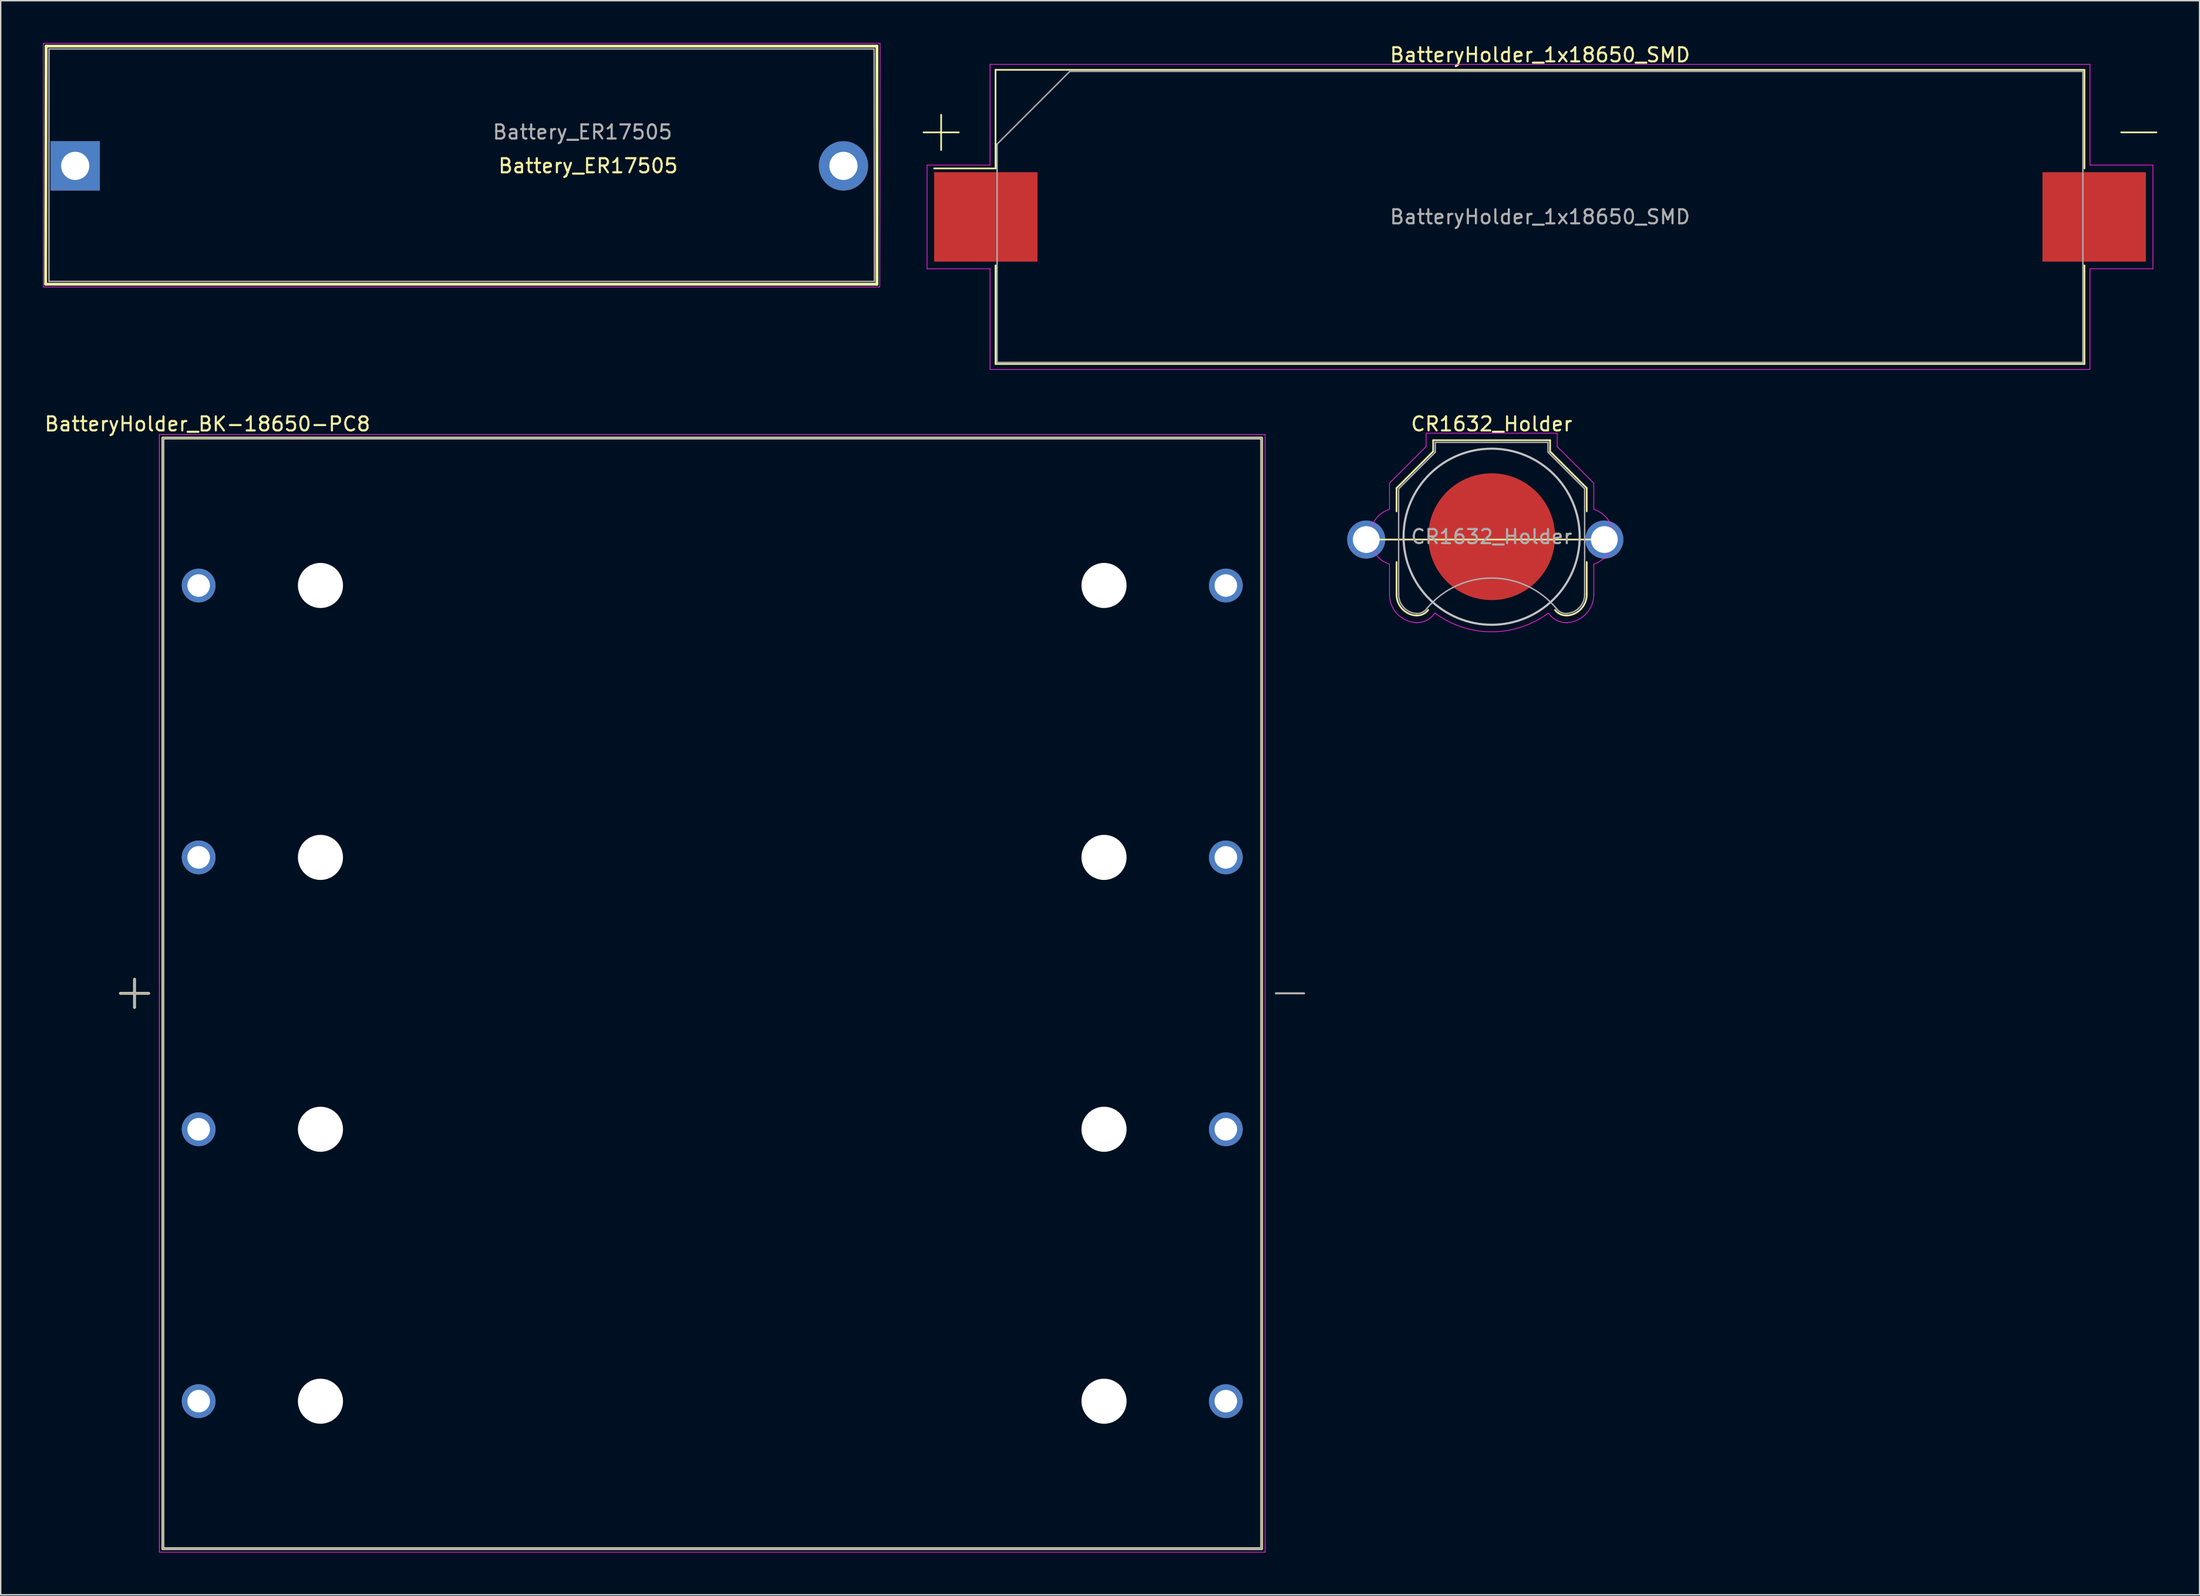
<source format=kicad_pcb>
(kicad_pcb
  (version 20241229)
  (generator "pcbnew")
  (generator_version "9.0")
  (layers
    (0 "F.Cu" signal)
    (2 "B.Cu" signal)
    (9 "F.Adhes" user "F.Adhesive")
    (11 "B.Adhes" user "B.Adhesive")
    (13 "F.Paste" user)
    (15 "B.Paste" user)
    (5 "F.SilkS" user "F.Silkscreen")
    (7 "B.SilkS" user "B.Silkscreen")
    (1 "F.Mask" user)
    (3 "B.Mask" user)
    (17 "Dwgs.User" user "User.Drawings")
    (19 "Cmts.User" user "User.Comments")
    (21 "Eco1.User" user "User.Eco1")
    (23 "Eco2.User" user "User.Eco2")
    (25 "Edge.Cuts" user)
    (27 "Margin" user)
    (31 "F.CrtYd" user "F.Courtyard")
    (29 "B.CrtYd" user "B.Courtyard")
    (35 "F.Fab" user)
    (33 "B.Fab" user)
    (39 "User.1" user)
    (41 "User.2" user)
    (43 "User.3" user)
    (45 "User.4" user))
  (footprint "BatteryHolder_1x18650_SMD"
    (layer "F.Cu")
    (at 106.243 12.348)
    (property "Reference" "BatteryHolder_1x18650_SMD" (at 0 -11.5 0) (layer "F.SilkS") (effects (font (size 1 1) (thickness 0.15))))
    (attr smd)
    (fp_line (start -43.75 -6) (end -41.25 -6) (stroke (width 0.12) (type solid)) (layer "F.SilkS"))
    (fp_line (start -42.5 -4.75) (end -42.5 -7.25) (stroke (width 0.12) (type solid)) (layer "F.SilkS"))
    (fp_line (start -38.64 -10.44) (end -38.64 -3.44) (stroke (width 0.12) (type solid)) (layer "F.SilkS"))
    (fp_line (start -38.64 -3.44) (end -43 -3.44) (stroke (width 0.12) (type solid)) (layer "F.SilkS"))
    (fp_line (start -38.64 10.44) (end -38.64 3.44) (stroke (width 0.12) (type solid)) (layer "F.SilkS"))
    (fp_line (start 38.64 -10.44) (end -38.64 -10.44) (stroke (width 0.12) (type solid)) (layer "F.SilkS"))
    (fp_line (start 38.64 -3.44) (end 38.64 -10.42) (stroke (width 0.12) (type solid)) (layer "F.SilkS"))
    (fp_line (start 38.64 3.44) (end 38.64 10.44) (stroke (width 0.12) (type solid)) (layer "F.SilkS"))
    (fp_line (start 38.64 10.44) (end -38.64 10.44) (stroke (width 0.12) (type solid)) (layer "F.SilkS"))
    (fp_line (start 43.75 -6) (end 41.25 -6) (stroke (width 0.12) (type solid)) (layer "F.SilkS"))
    (fp_line (start -43.5 -3.68) (end -39.03 -3.68) (stroke (width 0.05) (type solid)) (layer "F.CrtYd"))
    (fp_line (start -43.5 3.68) (end -43.5 -3.68) (stroke (width 0.05) (type solid)) (layer "F.CrtYd"))
    (fp_line (start -39.03 -10.83) (end -39.03 -3.68) (stroke (width 0.05) (type solid)) (layer "F.CrtYd"))
    (fp_line (start -39.03 -10.83) (end 39.03 -10.83) (stroke (width 0.05) (type solid)) (layer "F.CrtYd"))
    (fp_line (start -39.03 3.68) (end -43.5 3.68) (stroke (width 0.05) (type solid)) (layer "F.CrtYd"))
    (fp_line (start -39.03 10.83) (end -39.03 3.68) (stroke (width 0.05) (type solid)) (layer "F.CrtYd"))
    (fp_line (start -39.03 10.83) (end 39.03 10.83) (stroke (width 0.05) (type solid)) (layer "F.CrtYd"))
    (fp_line (start 39.03 -10.83) (end 39.03 -3.68) (stroke (width 0.05) (type solid)) (layer "F.CrtYd"))
    (fp_line (start 39.03 3.68) (end 43.5 3.68) (stroke (width 0.05) (type solid)) (layer "F.CrtYd"))
    (fp_line (start 39.03 10.83) (end 39.03 3.68) (stroke (width 0.05) (type solid)) (layer "F.CrtYd"))
    (fp_line (start 43.5 -3.68) (end 39.03 -3.68) (stroke (width 0.05) (type solid)) (layer "F.CrtYd"))
    (fp_line (start 43.5 3.68) (end 43.5 -3.68) (stroke (width 0.05) (type solid)) (layer "F.CrtYd"))
    (fp_line (start -38.53 -5.168) (end -38.53 10.33) (stroke (width 0.1) (type solid)) (layer "F.Fab"))
    (fp_line (start -38.53 10.33) (end 38.53 10.33) (stroke (width 0.1) (type solid)) (layer "F.Fab"))
    (fp_line (start -33.367 -10.33) (end -38.53 -5.168) (stroke (width 0.1) (type solid)) (layer "F.Fab"))
    (fp_line (start -33.367 -10.33) (end 38.53 -10.33) (stroke (width 0.1) (type solid)) (layer "F.Fab"))
    (fp_line (start 38.53 -10.33) (end 38.53 10.33) (stroke (width 0.1) (type solid)) (layer "F.Fab"))
    (fp_text user "${REFERENCE}" (at 0 0 0) (layer "F.Fab") (effects (font (size 1 1) (thickness 0.15))))
    (pad "1" smd rect (at -39.33 0) (size 7.34 6.35) (layers "F.Cu" "F.Mask" "F.Paste"))
    (pad "2" smd rect (at 39.33 0) (size 7.34 6.35) (layers "F.Cu" "F.Mask" "F.Paste")))
  (footprint "CR1632_Holder"
    (layer "F.Cu")
    (at 102.811 35.051)
    (property "Reference" "CR1632_Holder" (at 0 -8 0) (layer "F.SilkS") (effects (font (size 1 1) (thickness 0.15))))
    (attr through_hole)
    (fp_line (start -6.75 -3.45) (end -4.15 -6.05) (stroke (width 0.12) (type solid)) (layer "F.SilkS"))
    (fp_line (start -6.75 -1.8) (end -6.75 -3.45) (stroke (width 0.12) (type solid)) (layer "F.SilkS"))
    (fp_line (start -6.75 1.8) (end -6.75 4.1) (stroke (width 0.12) (type solid)) (layer "F.SilkS"))
    (fp_line (start -4.15 -6.85) (end 4.15 -6.85) (stroke (width 0.12) (type solid)) (layer "F.SilkS"))
    (fp_line (start -4.15 -6.05) (end -4.15 -6.85) (stroke (width 0.12) (type solid)) (layer "F.SilkS"))
    (fp_line (start 4.15 -6.85) (end 4.15 -6.05) (stroke (width 0.12) (type solid)) (layer "F.SilkS"))
    (fp_line (start 4.15 -6.05) (end 6.75 -3.45) (stroke (width 0.12) (type solid)) (layer "F.SilkS"))
    (fp_line (start 6.75 -3.45) (end 6.75 -1.8) (stroke (width 0.12) (type solid)) (layer "F.SilkS"))
    (fp_line (start 6.75 1.8) (end 6.75 4.1) (stroke (width 0.12) (type solid)) (layer "F.SilkS"))
    (fp_line (start 8 0.2) (end -8.9 0.2) (stroke (width 0.12) (type solid)) (layer "F.SilkS"))
    (fp_arc (start -5.3 5.6) (mid -6.346016 5.125305) (end -6.75 4.05) (stroke (width 0.12) (type solid)) (layer "F.SilkS"))
    (fp_arc (start -4.5 5.2) (mid -4.90584 5.514615) (end -5.414615 5.58416) (stroke (width 0.12) (type solid)) (layer "F.SilkS"))
    (fp_arc (start 5.414615 5.58416) (mid 4.90584 5.514615) (end 4.5 5.2) (stroke (width 0.12) (type solid)) (layer "F.SilkS"))
    (fp_arc (start 6.75 4.05) (mid 6.346016 5.125305) (end 5.3 5.6) (stroke (width 0.12) (type solid)) (layer "F.SilkS"))
    (fp_circle (center 0 0) (end 0 6.25) (stroke (width 0.15) (type solid)) (fill no) (layer "Dwgs.User"))
    (fp_line (start -7.25 -3.8) (end -4.65 -6.4) (stroke (width 0.05) (type solid)) (layer "F.CrtYd"))
    (fp_line (start -7.25 -1.95) (end -7.25 -3.8) (stroke (width 0.05) (type solid)) (layer "F.CrtYd"))
    (fp_line (start -7.25 1.95) (end -7.25 4.1) (stroke (width 0.05) (type solid)) (layer "F.CrtYd"))
    (fp_line (start -4.65 -7.35) (end 4.65 -7.35) (stroke (width 0.05) (type solid)) (layer "F.CrtYd"))
    (fp_line (start -4.65 -6.4) (end -4.65 -7.35) (stroke (width 0.05) (type solid)) (layer "F.CrtYd"))
    (fp_line (start 4.65 -6.4) (end 4.65 -7.35) (stroke (width 0.05) (type solid)) (layer "F.CrtYd"))
    (fp_line (start 7.25 -3.8) (end 4.65 -6.4) (stroke (width 0.05) (type solid)) (layer "F.CrtYd"))
    (fp_line (start 7.25 -1.95) (end 7.25 -3.8) (stroke (width 0.05) (type solid)) (layer "F.CrtYd"))
    (fp_line (start 7.25 1.95) (end 7.25 4.1) (stroke (width 0.05) (type solid)) (layer "F.CrtYd"))
    (fp_arc (start -7.25 1.95) (mid -8.655479 0.002334) (end -7.254426 -1.948519) (stroke (width 0.05) (type solid)) (layer "F.CrtYd"))
    (fp_arc (start -5.3 6.1) (mid -6.699569 5.478858) (end -7.25 4.05) (stroke (width 0.05) (type solid)) (layer "F.CrtYd"))
    (fp_arc (start -4.22 5.65) (mid -4.814553 6.021742) (end -5.513125 6.082436) (stroke (width 0.05) (type solid)) (layer "F.CrtYd"))
    (fp_arc (start -4.22 5.65) (mid -4.123743 5.534157) (end -4.024388 5.42096) (stroke (width 0.05) (type solid)) (layer "F.CrtYd"))
    (fp_arc (start 0 6.75) (mid -2.119449 6.408622) (end -4.024518 5.419018) (stroke (width 0.05) (type solid)) (layer "F.CrtYd"))
    (fp_arc (start 4.024518 5.419018) (mid 2.119449 6.408622) (end 0 6.75) (stroke (width 0.05) (type solid)) (layer "F.CrtYd"))
    (fp_arc (start 4.02471 5.432858) (mid 4.123824 5.540108) (end 4.22 5.65) (stroke (width 0.05) (type solid)) (layer "F.CrtYd"))
    (fp_arc (start 5.513125 6.082436) (mid 4.814553 6.021742) (end 4.22 5.65) (stroke (width 0.05) (type solid)) (layer "F.CrtYd"))
    (fp_arc (start 7.25 4.05) (mid 6.699569 5.478858) (end 5.3 6.1) (stroke (width 0.05) (type solid)) (layer "F.CrtYd"))
    (fp_arc (start 7.254426 -1.948519) (mid 8.655479 0.002334) (end 7.25 1.95) (stroke (width 0.05) (type solid)) (layer "F.CrtYd"))
    (fp_line (start -6.6 -3.4) (end -6.6 4.1) (stroke (width 0.1) (type solid)) (layer "F.Fab"))
    (fp_line (start -4 -6.7) (end -4 -6) (stroke (width 0.1) (type solid)) (layer "F.Fab"))
    (fp_line (start -4 -6.7) (end 4 -6.7) (stroke (width 0.1) (type solid)) (layer "F.Fab"))
    (fp_line (start -4 -6) (end -6.6 -3.4) (stroke (width 0.1) (type solid)) (layer "F.Fab"))
    (fp_line (start 4 -6.7) (end 4 -6) (stroke (width 0.1) (type solid)) (layer "F.Fab"))
    (fp_line (start 4 -6) (end 6.6 -3.4) (stroke (width 0.1) (type solid)) (layer "F.Fab"))
    (fp_line (start 6.6 -3.4) (end 6.6 4.1) (stroke (width 0.1) (type solid)) (layer "F.Fab"))
    (fp_arc (start -5.3 5.45) (mid -6.239949 5.019239) (end -6.6 4.05) (stroke (width 0.1) (type solid)) (layer "F.Fab"))
    (fp_arc (start -4.6 5.1) (mid -4.942443 5.378013) (end -5.378013 5.447558) (stroke (width 0.1) (type solid)) (layer "F.Fab"))
    (fp_arc (start -4.6 5.1) (mid 0.006214 2.93343) (end 4.607905 5.109589) (stroke (width 0.1) (type solid)) (layer "F.Fab"))
    (fp_arc (start 5.378013 5.447558) (mid 4.942442 5.378013) (end 4.6 5.1) (stroke (width 0.1) (type solid)) (layer "F.Fab"))
    (fp_arc (start 6.6 4.05) (mid 6.239949 5.019239) (end 5.3 5.45) (stroke (width 0.1) (type solid)) (layer "F.Fab"))
    (fp_text user "${REFERENCE}" (at 0 0 0) (layer "F.Fab") (effects (font (size 1 1) (thickness 0.15))))
    (pad "1" thru_hole circle (at -8.9 0.2) (size 2.7 2.7) (drill 1.9) (layers "*.Cu" "*.Mask"))
    (pad "1" thru_hole circle (at 8 0.2) (size 2.7 2.7) (drill 1.9) (layers "*.Cu" "*.Mask"))
    (pad "2" smd circle (at 0 0) (size 9 9) (layers "F.Cu" "F.Mask")))
  (footprint "Battery_ER17505"
    (layer "F.Cu")
    (at 2.288 8.725)
    (property "Reference" "Battery_ER17505" (at 36.4 0 0) (layer "F.SilkS") (effects (font (size 1 1) (thickness 0.15))))
    (attr through_hole)
    (fp_line (start -2.1 8.4) (end -2.063 -8.5) (stroke (width 0.2) (type solid)) (layer "F.SilkS"))
    (fp_line (start -2.063 -8.5) (end 56.9 -8.5) (stroke (width 0.2) (type solid)) (layer "F.SilkS"))
    (fp_line (start 56.9 -8.5) (end 56.9 8.4) (stroke (width 0.2) (type solid)) (layer "F.SilkS"))
    (fp_line (start 56.9 8.4) (end -2.1 8.4) (stroke (width 0.2) (type solid)) (layer "F.SilkS"))
    (fp_line (start -2.263 -8.7) (end 57.12 -8.7) (stroke (width 0.05) (type solid)) (layer "F.CrtYd"))
    (fp_line (start -2.263 8.6) (end -2.263 -8.7) (stroke (width 0.05) (type solid)) (layer "F.CrtYd"))
    (fp_line (start 57.1 8.6) (end -2.263 8.6) (stroke (width 0.05) (type solid)) (layer "F.CrtYd"))
    (fp_line (start 57.12 -8.7) (end 57.1 8.6) (stroke (width 0.05) (type solid)) (layer "F.CrtYd"))
    (fp_line (start -1.863 -8.3) (end 56.7 -8.3) (stroke (width 0.1) (type solid)) (layer "F.Fab"))
    (fp_line (start -1.863 8.2) (end -1.863 -8.3) (stroke (width 0.1) (type solid)) (layer "F.Fab"))
    (fp_line (start 56.7 -8.3) (end 56.72 8.2) (stroke (width 0.1) (type solid)) (layer "F.Fab"))
    (fp_line (start 56.72 8.2) (end -1.863 8.2) (stroke (width 0.1) (type solid)) (layer "F.Fab"))
    (fp_text user "${REFERENCE}" (at 36 -2.4 0) (layer "F.Fab") (effects (font (size 1 1) (thickness 0.15))))
    (pad "1" thru_hole rect (at 0 0) (size 3.5 3.5) (drill 2) (layers "*.Cu" "*.Mask"))
    (pad "2" thru_hole circle (at 54.522 0) (size 3.5 3.5) (drill 2) (layers "*.Cu" "*.Mask")))
  (footprint "BatteryHolder_BK-18650-PC8"
    (layer "F.Cu")
    (at 47.498 67.466)
    (property "Reference" "BatteryHolder_BK-18650-PC8" (at -35.825 -40.415 0) (layer "F.SilkS") (effects (font (size 1 1) (thickness 0.15))))
    (attr through_hole)
    (fp_line (start -42 0) (end -40 0) (stroke (width 0.2) (type solid)) (layer "F.SilkS"))
    (fp_line (start -41 -1) (end -41 1) (stroke (width 0.2) (type solid)) (layer "F.SilkS"))
    (fp_line (start -38.99 -39.42) (end 38.99 -39.42) (stroke (width 0.2) (type solid)) (layer "F.SilkS"))
    (fp_line (start -38.99 39.42) (end -38.99 -39.42) (stroke (width 0.2) (type solid)) (layer "F.SilkS"))
    (fp_line (start 38.99 -39.42) (end 38.99 39.42) (stroke (width 0.2) (type solid)) (layer "F.SilkS"))
    (fp_line (start 38.99 39.42) (end -38.99 39.42) (stroke (width 0.2) (type solid)) (layer "F.SilkS"))
    (fp_line (start 40 0) (end 42 0) (stroke (width 0.127) (type solid)) (layer "F.SilkS"))
    (fp_line (start -39.24 -39.67) (end 39.24 -39.67) (stroke (width 0.05) (type solid)) (layer "F.CrtYd"))
    (fp_line (start -39.24 39.67) (end -39.24 -39.67) (stroke (width 0.05) (type solid)) (layer "F.CrtYd"))
    (fp_line (start 39.24 -39.67) (end 39.24 39.67) (stroke (width 0.05) (type solid)) (layer "F.CrtYd"))
    (fp_line (start 39.24 39.67) (end -39.24 39.67) (stroke (width 0.05) (type solid)) (layer "F.CrtYd"))
    (fp_line (start -42 0) (end -40 0) (stroke (width 0.127) (type solid)) (layer "F.Fab"))
    (fp_line (start -41 -1) (end -41 1) (stroke (width 0.127) (type solid)) (layer "F.Fab"))
    (fp_line (start -38.99 -39.42) (end 38.99 -39.42) (stroke (width 0.127) (type solid)) (layer "F.Fab"))
    (fp_line (start -38.99 39.42) (end -38.99 -39.42) (stroke (width 0.127) (type solid)) (layer "F.Fab"))
    (fp_line (start 38.99 -39.42) (end 38.99 39.42) (stroke (width 0.127) (type solid)) (layer "F.Fab"))
    (fp_line (start 38.99 39.42) (end -38.99 39.42) (stroke (width 0.127) (type solid)) (layer "F.Fab"))
    (fp_line (start 40 0) (end 42 0) (stroke (width 0.127) (type solid)) (layer "F.Fab"))
    (pad "" np_thru_hole circle (at -27.805 -28.955) (size 3.2 3.2) (drill 3.2) (layers "*.Cu" "*.Mask"))
    (pad "" np_thru_hole circle (at -27.805 -9.65) (size 3.2 3.2) (drill 3.2) (layers "*.Cu" "*.Mask"))
    (pad "" np_thru_hole circle (at -27.805 9.65) (size 3.2 3.2) (drill 3.2) (layers "*.Cu" "*.Mask"))
    (pad "" np_thru_hole circle (at -27.805 28.955) (size 3.2 3.2) (drill 3.2) (layers "*.Cu" "*.Mask"))
    (pad "" np_thru_hole circle (at 27.805 -28.955) (size 3.2 3.2) (drill 3.2) (layers "*.Cu" "*.Mask"))
    (pad "" np_thru_hole circle (at 27.805 -9.65) (size 3.2 3.2) (drill 3.2) (layers "*.Cu" "*.Mask"))
    (pad "" np_thru_hole circle (at 27.805 9.65) (size 3.2 3.2) (drill 3.2) (layers "*.Cu" "*.Mask"))
    (pad "" np_thru_hole circle (at 27.805 28.955) (size 3.2 3.2) (drill 3.2) (layers "*.Cu" "*.Mask"))
    (pad "1" thru_hole circle (at -36.45 -28.95) (size 2.4 2.4) (drill 1.6) (layers "*.Cu" "*.Mask"))
    (pad "2" thru_hole circle (at 36.45 -28.95) (size 2.4 2.4) (drill 1.6) (layers "*.Cu" "*.Mask"))
    (pad "3" thru_hole circle (at -36.45 -9.65) (size 2.4 2.4) (drill 1.6) (layers "*.Cu" "*.Mask"))
    (pad "4" thru_hole circle (at 36.45 -9.65) (size 2.4 2.4) (drill 1.6) (layers "*.Cu" "*.Mask"))
    (pad "5" thru_hole circle (at -36.45 9.65) (size 2.4 2.4) (drill 1.6) (layers "*.Cu" "*.Mask"))
    (pad "6" thru_hole circle (at 36.45 9.65) (size 2.4 2.4) (drill 1.6) (layers "*.Cu" "*.Mask"))
    (pad "7" thru_hole circle (at -36.45 28.95) (size 2.4 2.4) (drill 1.6) (layers "*.Cu" "*.Mask"))
    (pad "8" thru_hole circle (at 36.45 28.95) (size 2.4 2.4) (drill 1.6) (layers "*.Cu" "*.Mask")))
  (gr_rect
    (start -3 -3)
    (end 153.053 110.162)
    (stroke (width 0.1) (type default))
    (fill no)
    (layer "Edge.Cuts")))
</source>
